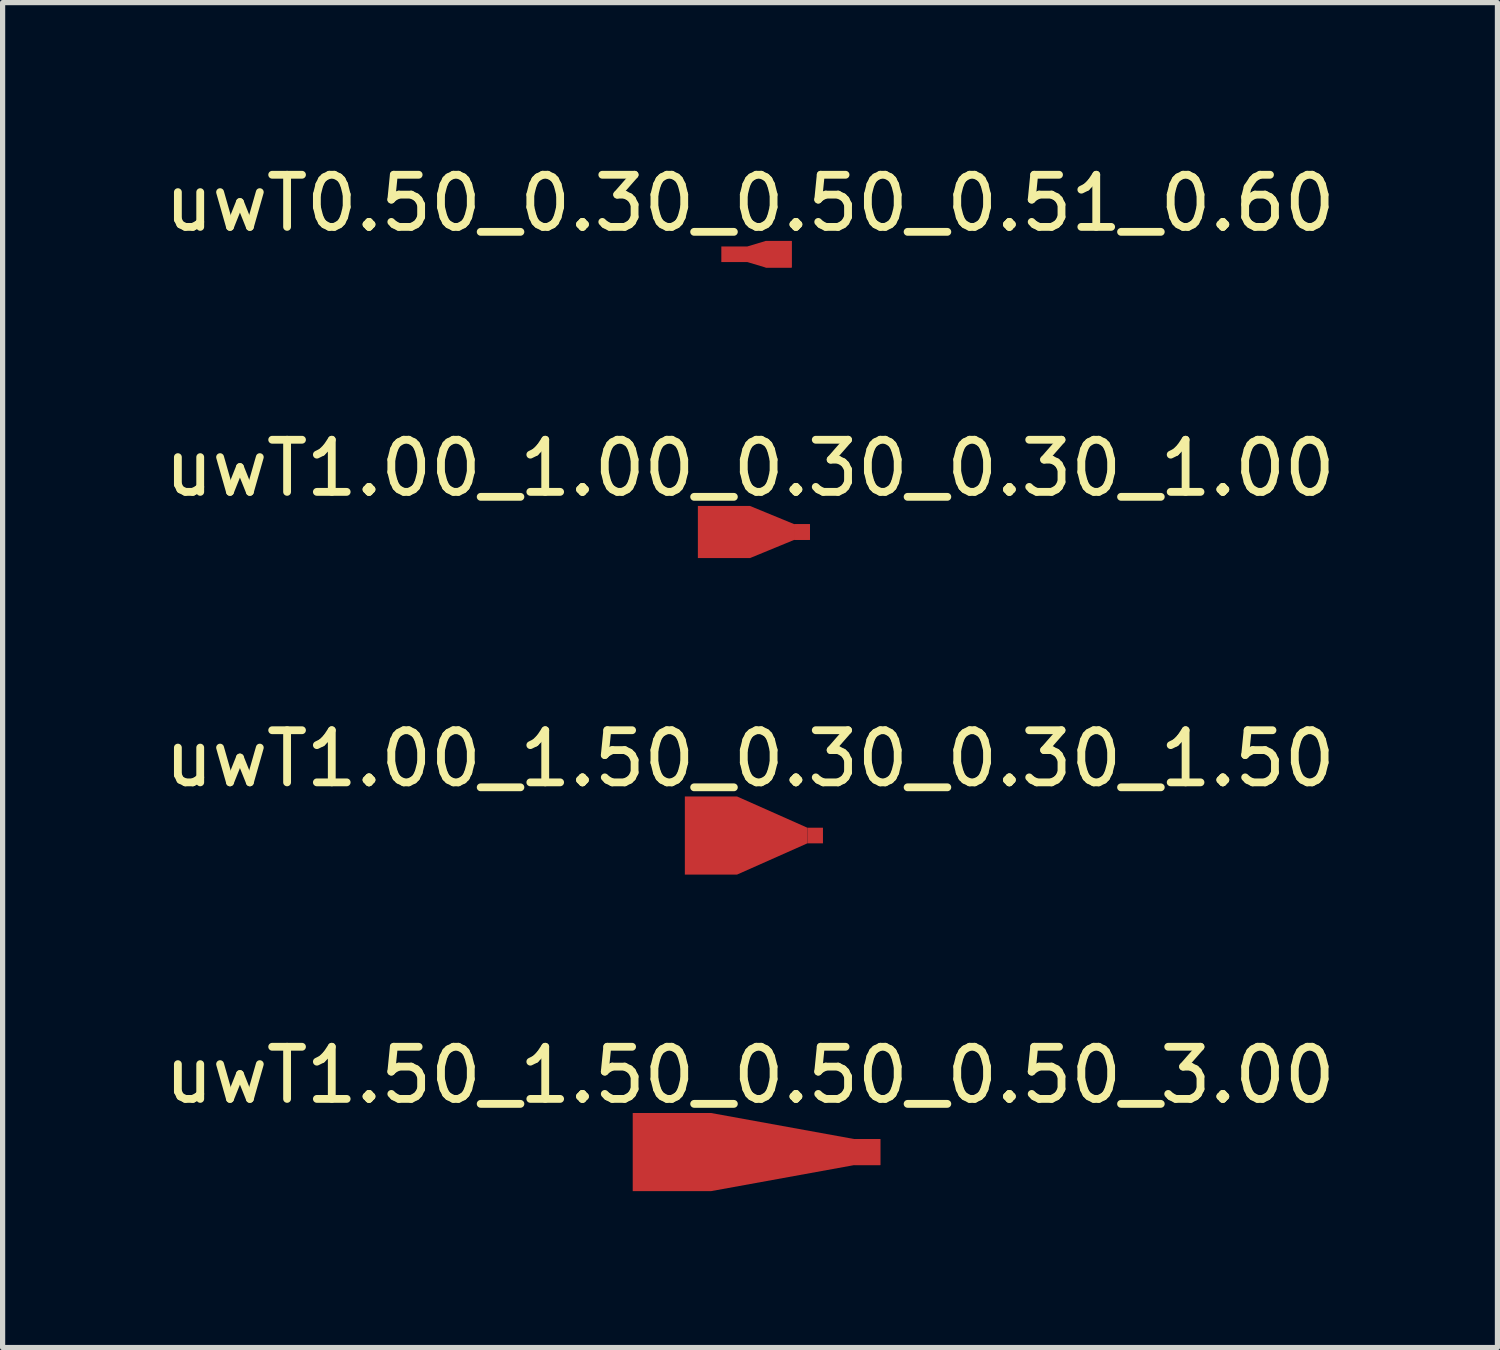
<source format=kicad_pcb>
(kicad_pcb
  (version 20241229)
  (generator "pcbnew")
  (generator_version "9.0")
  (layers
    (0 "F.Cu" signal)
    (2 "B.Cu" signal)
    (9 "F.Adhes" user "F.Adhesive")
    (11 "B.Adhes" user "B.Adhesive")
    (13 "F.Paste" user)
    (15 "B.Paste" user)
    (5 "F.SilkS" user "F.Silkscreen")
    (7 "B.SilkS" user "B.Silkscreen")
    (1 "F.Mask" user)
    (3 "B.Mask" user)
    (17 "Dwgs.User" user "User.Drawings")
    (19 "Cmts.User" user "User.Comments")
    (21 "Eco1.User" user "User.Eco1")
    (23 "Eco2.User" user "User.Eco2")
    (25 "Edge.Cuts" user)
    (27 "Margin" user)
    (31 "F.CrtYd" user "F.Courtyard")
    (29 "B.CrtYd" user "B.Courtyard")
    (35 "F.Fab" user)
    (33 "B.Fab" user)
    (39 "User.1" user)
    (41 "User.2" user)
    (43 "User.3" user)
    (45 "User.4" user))
  (footprint "uwT1.00_1.50_0.30_0.30_1.50"
    (layer "F.Cu")
    (at 10.589 12.98)
    (property "Reference" "uwT1.00_1.50_0.30_0.30_1.50" (at 0.75 -1.475 0) (layer "F.SilkS") (effects (font (size 1 1) (thickness 0.15))))
    (attr exclude_from_pos_files exclude_from_bom)
    (pad "1" smd custom (at 0 0) (size 1 1.5) (layers "F.Cu") (options (anchor rect)) (primitives (gr_poly (pts (xy -0.5 -0.75) (xy 0.5 -0.75) (xy 1.85 -0.15) (xy 1.85 0.15) (xy 0.5 0.75) (xy -0.5 0.75)) (width 0) (fill yes))))
    (pad "1" smd rect (at 2 0) (size 0.3 0.3) (layers "F.Cu")))
  (footprint "uwT1.50_1.50_0.50_0.50_3.00"
    (layer "F.Cu")
    (at 9.839 19.053)
    (property "Reference" "uwT1.50_1.50_0.50_0.50_3.00" (at 1.5 -1.475 0) (layer "F.SilkS") (effects (font (size 1 1) (thickness 0.15))))
    (attr exclude_from_pos_files exclude_from_bom)
    (pad "1" smd custom (at 0 0) (size 1.5 1.5) (layers "F.Cu") (options (anchor rect)) (primitives (gr_poly (pts (xy -0.75 -0.75) (xy 0.75 -0.75) (xy 3.5 -0.25) (xy 4 -0.25) (xy 4 0.25) (xy 3.5 0.25) (xy 0.75 0.75) (xy -0.75 0.75)) (width 0) (fill yes))))
    (pad "2" smd rect (at 3.75 0) (size 0.5 0.5) (layers "F.Cu")))
  (footprint "uwT1.00_1.00_0.30_0.30_1.00"
    (layer "F.Cu")
    (at 10.839 7.157)
    (property "Reference" "uwT1.00_1.00_0.30_0.30_1.00" (at 0.5 -1.225 0) (layer "F.SilkS") (effects (font (size 1 1) (thickness 0.15))))
    (attr exclude_from_pos_files exclude_from_bom)
    (pad "1" smd custom (at 0 0) (size 1 1) (layers "F.Cu") (options (anchor rect)) (primitives (gr_poly (pts (xy -0.5 -0.5) (xy 0.5 -0.5) (xy 1.35 -0.15) (xy 1.65 -0.15) (xy 1.65 0.15) (xy 1.35 0.15) (xy 0.5 0.5) (xy -0.5 0.5)) (width 0) (fill yes))))
    (pad "2" smd rect (at 1.5 0) (size 0.3 0.3) (layers "F.Cu")))
  (footprint "uwT0.50_0.30_0.50_0.51_0.60"
    (layer "F.Cu")
    (at 11.039 1.828)
    (property "Reference" "uwT0.50_0.30_0.50_0.51_0.60" (at 0.3 -0.98 0) (layer "F.SilkS") (effects (font (size 1 1) (thickness 0.15))))
    (attr exclude_from_pos_files exclude_from_bom)
    (pad "1" smd custom (at 0 0) (size 0.5 0.3) (layers "F.Cu") (options (anchor rect)) (primitives (gr_poly (pts (xy -0.25 -0.15) (xy 0.25 -0.15) (xy 0.6 -0.255) (xy 1.1 -0.255) (xy 1.1 0.255) (xy 0.6 0.255) (xy 0.25 0.15) (xy -0.25 0.15)) (width 0) (fill yes))))
    (pad "1" smd rect (at 0.85 0) (size 0.5 0.51) (layers "F.Cu")))
  (gr_rect
    (start -3 -3)
    (end 25.679 22.803)
    (stroke (width 0.1) (type default))
    (fill no)
    (layer "Edge.Cuts")))
</source>
